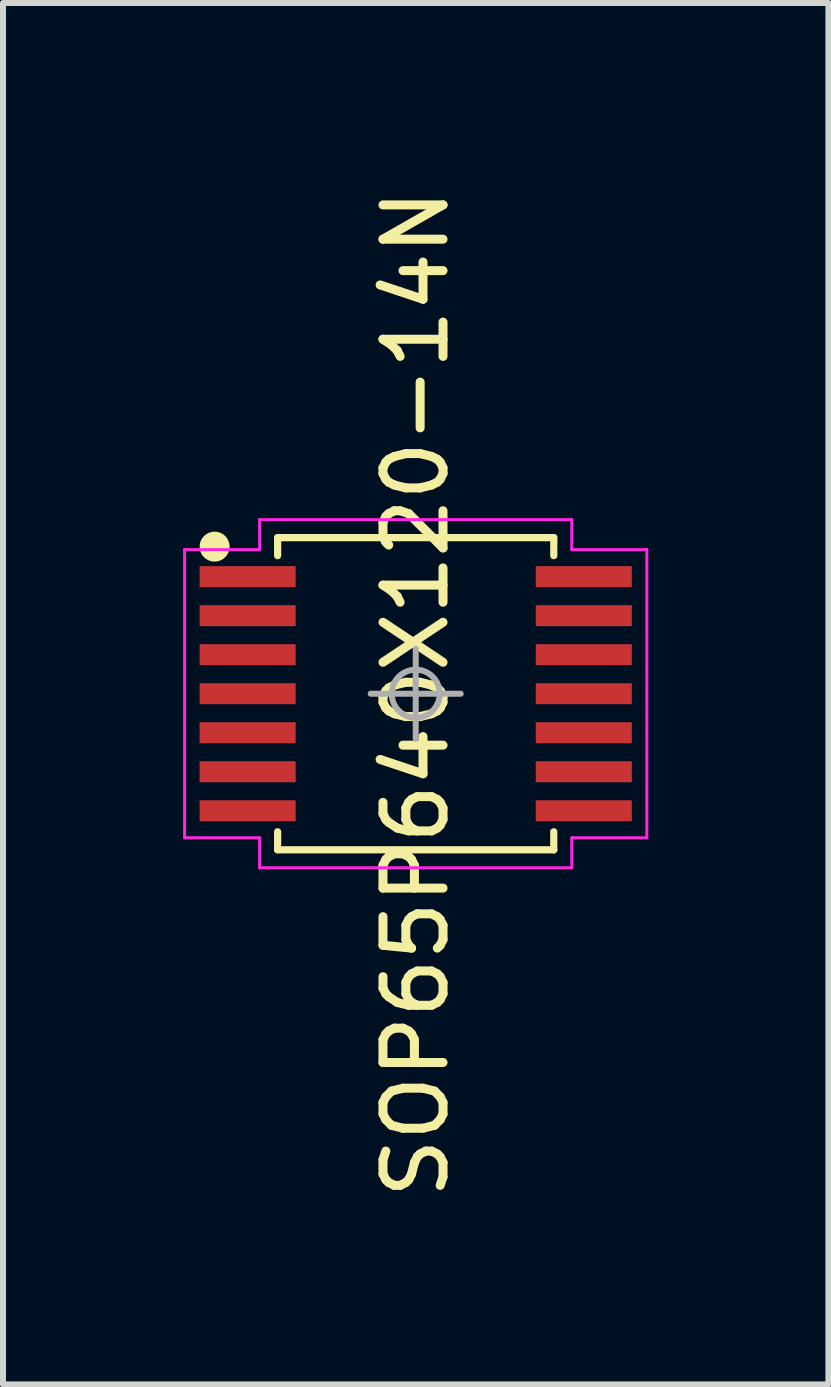
<source format=kicad_pcb>
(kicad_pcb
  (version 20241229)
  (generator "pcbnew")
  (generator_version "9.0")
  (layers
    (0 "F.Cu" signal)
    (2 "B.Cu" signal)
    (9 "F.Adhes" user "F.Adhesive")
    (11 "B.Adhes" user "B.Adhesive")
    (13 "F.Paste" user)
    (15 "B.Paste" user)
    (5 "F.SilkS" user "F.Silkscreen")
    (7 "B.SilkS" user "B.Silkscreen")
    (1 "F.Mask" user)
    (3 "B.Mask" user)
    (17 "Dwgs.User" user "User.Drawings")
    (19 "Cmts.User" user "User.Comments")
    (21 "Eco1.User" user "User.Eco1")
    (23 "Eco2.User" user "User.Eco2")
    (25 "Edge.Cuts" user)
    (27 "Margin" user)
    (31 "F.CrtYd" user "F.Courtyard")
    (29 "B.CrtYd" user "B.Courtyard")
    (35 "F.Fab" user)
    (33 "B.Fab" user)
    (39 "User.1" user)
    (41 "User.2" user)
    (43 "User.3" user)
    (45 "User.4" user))
  (footprint "SOP65P640X120-14N"
    (layer "F.Cu")
    (at 3.875 8.506)
    (property "Reference" "SOP65P640X120-14N" (at 0 0 90) (layer "F.SilkS") (effects (font (size 1 1) (thickness 0.15))))
    (attr through_hole)
    (fp_line (start -2.3 -2.6) (end 2.3 -2.6) (stroke (width 0.12) (type solid)) (layer "F.SilkS"))
    (fp_line (start -2.3 -2.3) (end -2.3 -2.6) (stroke (width 0.12) (type solid)) (layer "F.SilkS"))
    (fp_line (start -2.3 2.3) (end -2.3 2.6) (stroke (width 0.12) (type solid)) (layer "F.SilkS"))
    (fp_line (start -2.3 2.6) (end 2.3 2.6) (stroke (width 0.12) (type solid)) (layer "F.SilkS"))
    (fp_line (start 2.3 -2.6) (end 2.3 -2.3) (stroke (width 0.12) (type solid)) (layer "F.SilkS"))
    (fp_line (start 2.3 2.6) (end 2.3 2.3) (stroke (width 0.12) (type solid)) (layer "F.SilkS"))
    (fp_circle (center -3.35 -2.45) (end -3.3 -2.45) (stroke (width 0.1) (type solid)) (fill no) (layer "F.SilkS"))
    (fp_circle (center -3.35 -2.45) (end -3.25 -2.45) (stroke (width 0.1) (type solid)) (fill no) (layer "F.SilkS"))
    (fp_circle (center -3.35 -2.45) (end -3.2 -2.45) (stroke (width 0.1) (type solid)) (fill no) (layer "F.SilkS"))
    (fp_circle (center -3.35 -2.45) (end -3.15 -2.45) (stroke (width 0.1) (type solid)) (fill no) (layer "F.SilkS"))
    (fp_line (start -3.85 -2.4) (end -3.85 2.4) (stroke (width 0.05) (type solid)) (layer "F.CrtYd"))
    (fp_line (start -3.85 2.4) (end -2.6 2.4) (stroke (width 0.05) (type solid)) (layer "F.CrtYd"))
    (fp_line (start -2.6 -2.9) (end -2.6 -2.4) (stroke (width 0.05) (type solid)) (layer "F.CrtYd"))
    (fp_line (start -2.6 -2.4) (end -3.85 -2.4) (stroke (width 0.05) (type solid)) (layer "F.CrtYd"))
    (fp_line (start -2.6 2.4) (end -2.6 2.9) (stroke (width 0.05) (type solid)) (layer "F.CrtYd"))
    (fp_line (start -2.6 2.9) (end 2.6 2.9) (stroke (width 0.05) (type solid)) (layer "F.CrtYd"))
    (fp_line (start 2.6 -2.9) (end -2.6 -2.9) (stroke (width 0.05) (type solid)) (layer "F.CrtYd"))
    (fp_line (start 2.6 -2.4) (end 2.6 -2.9) (stroke (width 0.05) (type solid)) (layer "F.CrtYd"))
    (fp_line (start 2.6 2.4) (end 3.85 2.4) (stroke (width 0.05) (type solid)) (layer "F.CrtYd"))
    (fp_line (start 2.6 2.9) (end 2.6 2.4) (stroke (width 0.05) (type solid)) (layer "F.CrtYd"))
    (fp_line (start 3.85 -2.4) (end 2.6 -2.4) (stroke (width 0.05) (type solid)) (layer "F.CrtYd"))
    (fp_line (start 3.85 2.4) (end 3.85 -2.4) (stroke (width 0.05) (type solid)) (layer "F.CrtYd"))
    (fp_line (start -0.75 0) (end 0.75 0) (stroke (width 0.1) (type solid)) (layer "F.Fab"))
    (fp_line (start 0 0.75) (end 0 -0.75) (stroke (width 0.1) (type solid)) (layer "F.Fab"))
    (fp_circle (center 0 0) (end 0.4 0) (stroke (width 0.1) (type solid)) (fill no) (layer "F.Fab"))
    (pad "1" smd rect (at -2.8 -1.95) (size 1.6 0.35) (layers "F.Cu" "F.Mask" "F.Paste"))
    (pad "2" smd rect (at -2.8 -1.3) (size 1.6 0.35) (layers "F.Cu" "F.Mask" "F.Paste"))
    (pad "3" smd rect (at -2.8 -0.65) (size 1.6 0.35) (layers "F.Cu" "F.Mask" "F.Paste"))
    (pad "4" smd rect (at -2.8 0) (size 1.6 0.35) (layers "F.Cu" "F.Mask" "F.Paste"))
    (pad "5" smd rect (at -2.8 0.65) (size 1.6 0.35) (layers "F.Cu" "F.Mask" "F.Paste"))
    (pad "6" smd rect (at -2.8 1.3) (size 1.6 0.35) (layers "F.Cu" "F.Mask" "F.Paste"))
    (pad "7" smd rect (at -2.8 1.95) (size 1.6 0.35) (layers "F.Cu" "F.Mask" "F.Paste"))
    (pad "8" smd rect (at 2.8 1.95) (size 1.6 0.35) (layers "F.Cu" "F.Mask" "F.Paste"))
    (pad "9" smd rect (at 2.8 1.3) (size 1.6 0.35) (layers "F.Cu" "F.Mask" "F.Paste"))
    (pad "10" smd rect (at 2.8 0.65) (size 1.6 0.35) (layers "F.Cu" "F.Mask" "F.Paste"))
    (pad "11" smd rect (at 2.8 0) (size 1.6 0.35) (layers "F.Cu" "F.Mask" "F.Paste"))
    (pad "12" smd rect (at 2.8 -0.65) (size 1.6 0.35) (layers "F.Cu" "F.Mask" "F.Paste"))
    (pad "13" smd rect (at 2.8 -1.3) (size 1.6 0.35) (layers "F.Cu" "F.Mask" "F.Paste"))
    (pad "14" smd rect (at 2.8 -1.95) (size 1.6 0.35) (layers "F.Cu" "F.Mask" "F.Paste")))
  (gr_rect
    (start -3 -3)
    (end 10.75 20.012)
    (stroke (width 0.1) (type default))
    (fill no)
    (layer "Edge.Cuts")))
</source>
